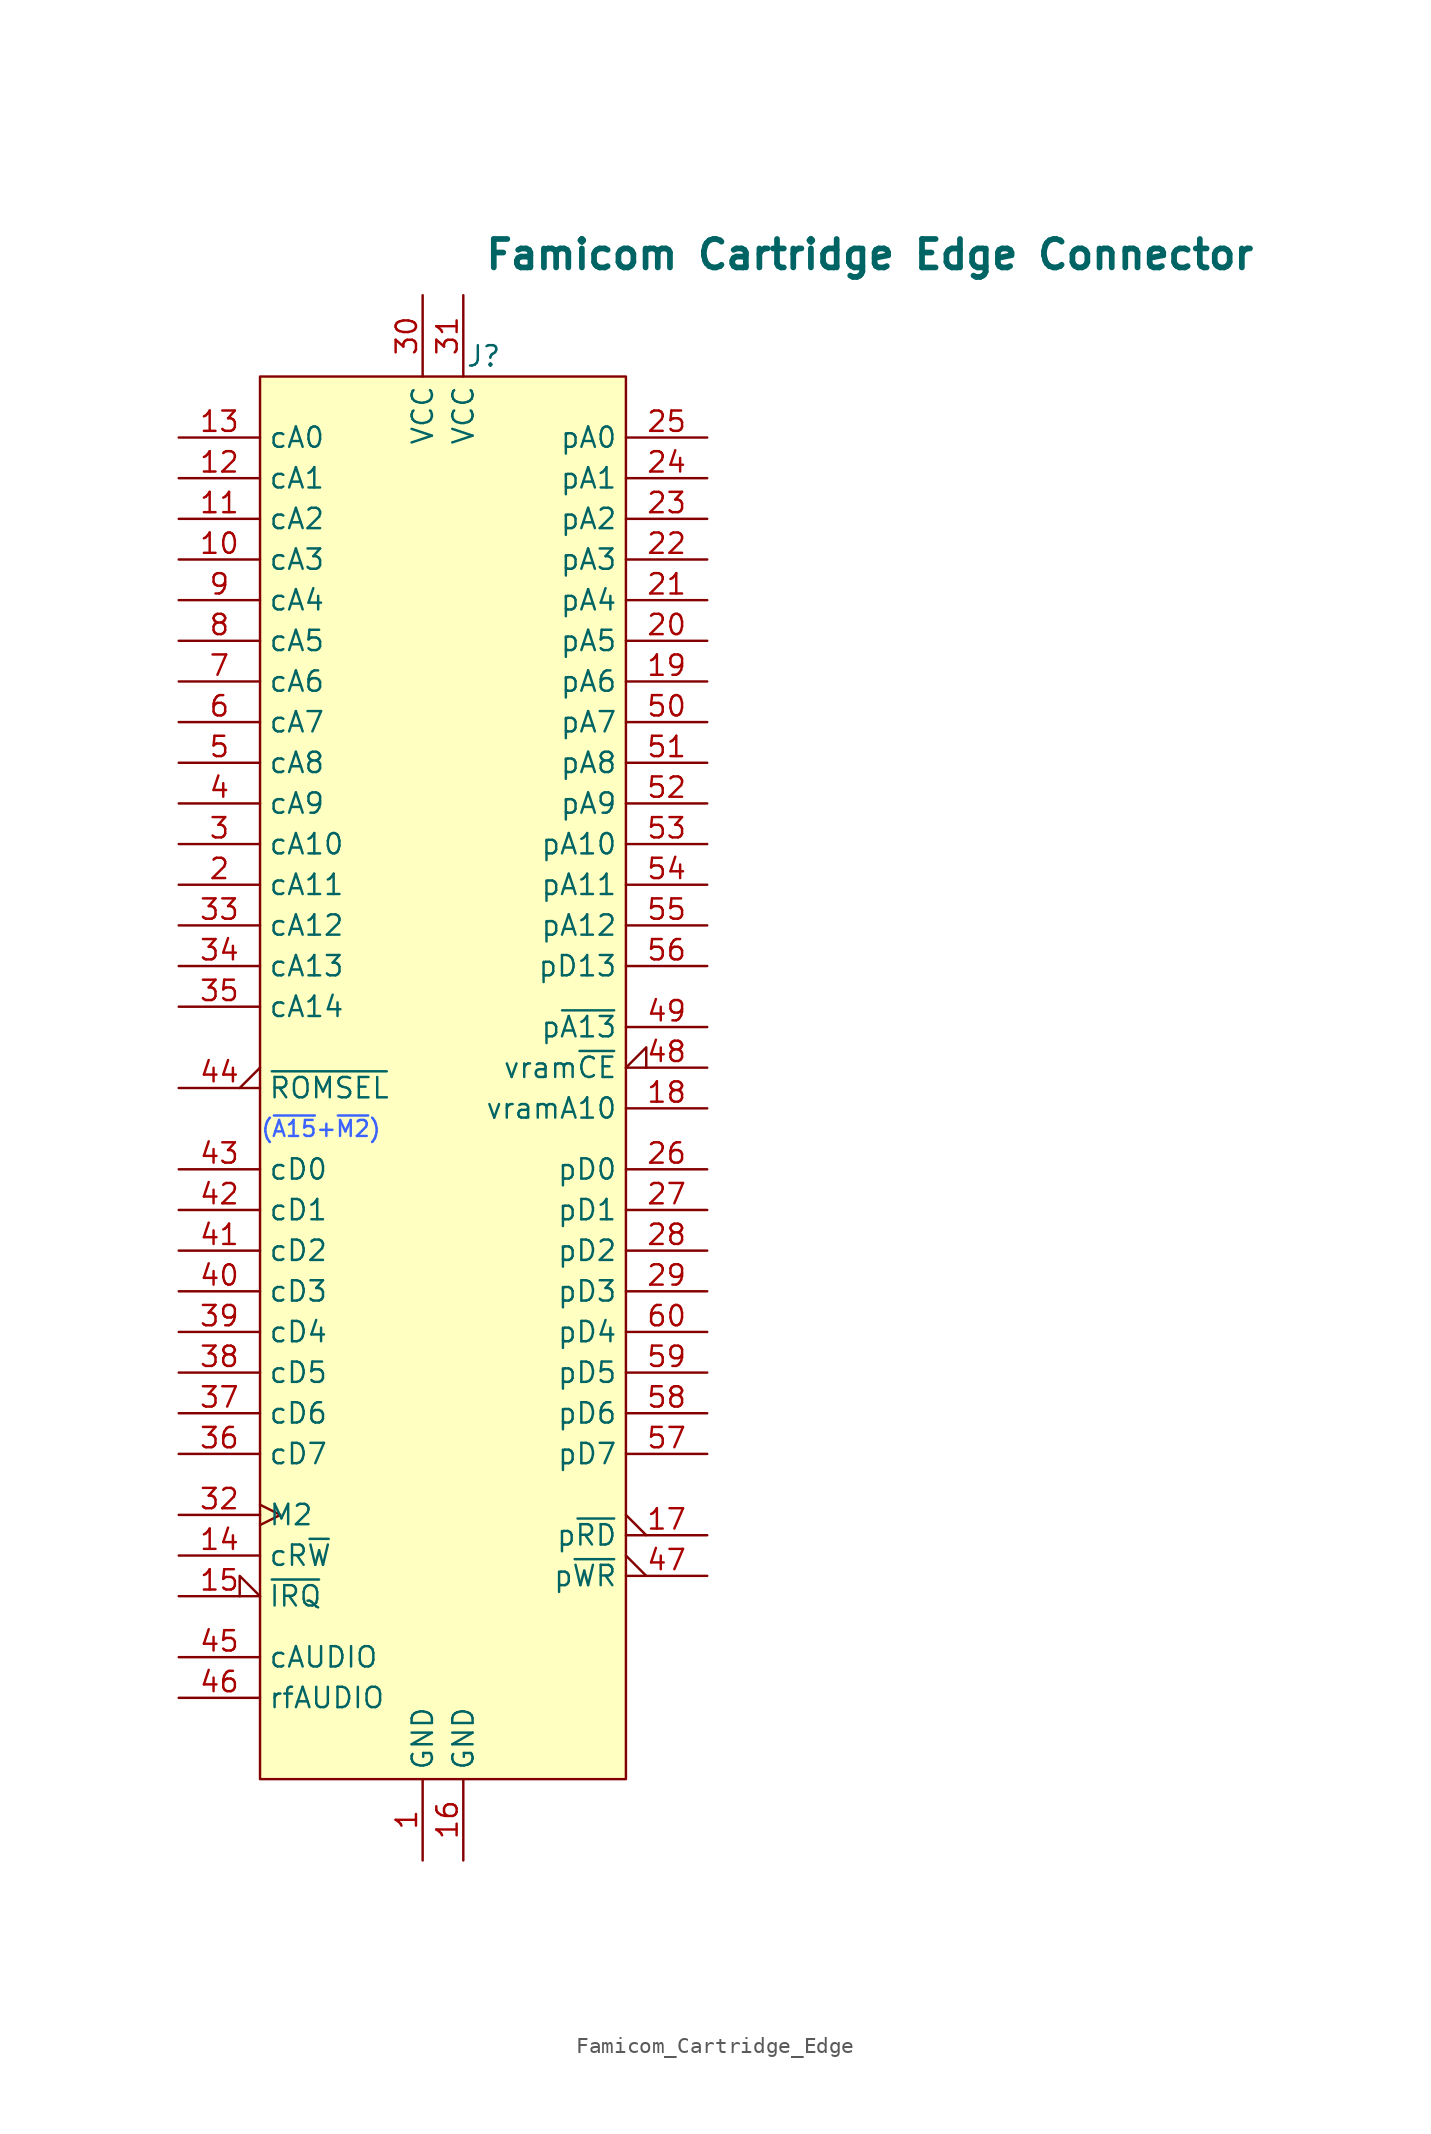
<source format=kicad_sym>
(kicad_symbol_lib
  (version 20220914)
  (generator kicad_symbol_editor)
  (symbol "Famicom_Cartridge_Edge"
    (property "Reference" "J"
      (at 19.05 92.71 0)
      (effects (font (size 1.27 1.27))))
    (property "Value" "Famicom Cartridge Edge Connector"
      (at 43.18 99.06 0)
      (effects (font (size 1.778 1.778) bold)))
    (symbol "Famicom_Cartridge_Edge_1_0"
      (pin output line (at 33.02 77.47 180) (length 5.08) (name "pA4" (effects (font (size 1.27 1.27)))) (number "21" (effects (font (size 1.27 1.27))))))
    (symbol "Famicom_Cartridge_Edge_1_1"
      (rectangle (start 5.08 91.44) (end 27.94 3.81) (stroke (width 0) (type default)) (fill (type background)))
      (text "(~{A15}+~{M2})" (at 8.89 44.45 0) (effects (font (size 1 1) (color 59 99 255 1))))
      (pin power_out line (at 15.24 -1.27 90) (length 5.08) (name "GND" (effects (font (size 1.27 1.27)))) (number "1" (effects (font (size 1.27 1.27)))))
      (pin output line (at 0 80.01 0) (length 5.08) (name "cA3" (effects (font (size 1.27 1.27)))) (number "10" (effects (font (size 1.27 1.27)))))
      (pin output line (at 0 82.55 0) (length 5.08) (name "cA2" (effects (font (size 1.27 1.27)))) (number "11" (effects (font (size 1.27 1.27)))))
      (pin output line (at 0 85.09 0) (length 5.08) (name "cA1" (effects (font (size 1.27 1.27)))) (number "12" (effects (font (size 1.27 1.27)))))
      (pin output line (at 0 87.63 0) (length 5.08) (name "cA0" (effects (font (size 1.27 1.27)))) (number "13" (effects (font (size 1.27 1.27)))))
      (pin output line (at 0 17.78 0) (length 5.08) (name "cR~{W}" (effects (font (size 1.27 1.27)))) (number "14" (effects (font (size 1.27 1.27)))))
      (pin input input_low (at 0 15.24 0) (length 5.08) (name "~{IRQ}" (effects (font (size 1.27 1.27)))) (number "15" (effects (font (size 1.27 1.27)))))
      (pin passive line (at 17.78 -1.27 90) (length 5.08) (name "GND" (effects (font (size 1.27 1.27)))) (number "16" (effects (font (size 1.27 1.27)))))
      (pin output output_low (at 33.02 19.05 180) (length 5.08) (name "p~{RD}" (effects (font (size 1.27 1.27)))) (number "17" (effects (font (size 1.27 1.27)))))
      (pin input line (at 33.02 45.72 180) (length 5.08) (name "vramA10" (effects (font (size 1.27 1.27)))) (number "18" (effects (font (size 1.27 1.27)))))
      (pin output line (at 33.02 72.39 180) (length 5.08) (name "pA6" (effects (font (size 1.27 1.27)))) (number "19" (effects (font (size 1.27 1.27)))))
      (pin output line (at 0 59.69 0) (length 5.08) (name "cA11" (effects (font (size 1.27 1.27)))) (number "2" (effects (font (size 1.27 1.27)))))
      (pin output line (at 33.02 74.93 180) (length 5.08) (name "pA5" (effects (font (size 1.27 1.27)))) (number "20" (effects (font (size 1.27 1.27)))))
      (pin output line (at 33.02 80.01 180) (length 5.08) (name "pA3" (effects (font (size 1.27 1.27)))) (number "22" (effects (font (size 1.27 1.27)))))
      (pin output line (at 33.02 82.55 180) (length 5.08) (name "pA2" (effects (font (size 1.27 1.27)))) (number "23" (effects (font (size 1.27 1.27)))))
      (pin output line (at 33.02 85.09 180) (length 5.08) (name "pA1" (effects (font (size 1.27 1.27)))) (number "24" (effects (font (size 1.27 1.27)))))
      (pin output line (at 33.02 87.63 180) (length 5.08) (name "pA0" (effects (font (size 1.27 1.27)))) (number "25" (effects (font (size 1.27 1.27)))))
      (pin bidirectional line (at 33.02 41.91 180) (length 5.08) (name "pD0" (effects (font (size 1.27 1.27)))) (number "26" (effects (font (size 1.27 1.27)))))
      (pin bidirectional line (at 33.02 39.37 180) (length 5.08) (name "pD1" (effects (font (size 1.27 1.27)))) (number "27" (effects (font (size 1.27 1.27)))))
      (pin bidirectional line (at 33.02 36.83 180) (length 5.08) (name "pD2" (effects (font (size 1.27 1.27)))) (number "28" (effects (font (size 1.27 1.27)))))
      (pin bidirectional line (at 33.02 34.29 180) (length 5.08) (name "pD3" (effects (font (size 1.27 1.27)))) (number "29" (effects (font (size 1.27 1.27)))))
      (pin output line (at 0 62.23 0) (length 5.08) (name "cA10" (effects (font (size 1.27 1.27)))) (number "3" (effects (font (size 1.27 1.27)))))
      (pin power_out line (at 15.24 96.52 270) (length 5.08) (name "VCC" (effects (font (size 1.27 1.27)))) (number "30" (effects (font (size 1.27 1.27)))))
      (pin passive line (at 17.78 96.52 270) (length 5.08) (name "VCC" (effects (font (size 1.27 1.27)))) (number "31" (effects (font (size 1.27 1.27)))))
      (pin output clock (at 0 20.32 0) (length 5.08) (name "M2" (effects (font (size 1.27 1.27)))) (number "32" (effects (font (size 1.27 1.27)))))
      (pin output line (at 0 57.15 0) (length 5.08) (name "cA12" (effects (font (size 1.27 1.27)))) (number "33" (effects (font (size 1.27 1.27)))))
      (pin output line (at 0 54.61 0) (length 5.08) (name "cA13" (effects (font (size 1.27 1.27)))) (number "34" (effects (font (size 1.27 1.27)))))
      (pin output line (at 0 52.07 0) (length 5.08) (name "cA14" (effects (font (size 1.27 1.27)))) (number "35" (effects (font (size 1.27 1.27)))))
      (pin bidirectional line (at 0 24.13 0) (length 5.08) (name "cD7" (effects (font (size 1.27 1.27)))) (number "36" (effects (font (size 1.27 1.27)))))
      (pin bidirectional line (at 0 26.67 0) (length 5.08) (name "cD6" (effects (font (size 1.27 1.27)))) (number "37" (effects (font (size 1.27 1.27)))))
      (pin bidirectional line (at 0 29.21 0) (length 5.08) (name "cD5" (effects (font (size 1.27 1.27)))) (number "38" (effects (font (size 1.27 1.27)))))
      (pin bidirectional line (at 0 31.75 0) (length 5.08) (name "cD4" (effects (font (size 1.27 1.27)))) (number "39" (effects (font (size 1.27 1.27)))))
      (pin output line (at 0 64.77 0) (length 5.08) (name "cA9" (effects (font (size 1.27 1.27)))) (number "4" (effects (font (size 1.27 1.27)))))
      (pin bidirectional line (at 0 34.29 0) (length 5.08) (name "cD3" (effects (font (size 1.27 1.27)))) (number "40" (effects (font (size 1.27 1.27)))))
      (pin bidirectional line (at 0 36.83 0) (length 5.08) (name "cD2" (effects (font (size 1.27 1.27)))) (number "41" (effects (font (size 1.27 1.27)))))
      (pin bidirectional line (at 0 39.37 0) (length 5.08) (name "cD1" (effects (font (size 1.27 1.27)))) (number "42" (effects (font (size 1.27 1.27)))))
      (pin bidirectional line (at 0 41.91 0) (length 5.08) (name "cD0" (effects (font (size 1.27 1.27)))) (number "43" (effects (font (size 1.27 1.27)))))
      (pin output output_low (at 0 46.99 0) (length 5.08) (name "~{ROMSEL}" (effects (font (size 1.27 1.27)))) (number "44" (effects (font (size 1.27 1.27)))))
      (pin output line (at 0 11.43 0) (length 5.08) (name "cAUDIO" (effects (font (size 1.27 1.27)))) (number "45" (effects (font (size 1.27 1.27)))))
      (pin input line (at 0 8.89 0) (length 5.08) (name "rfAUDIO" (effects (font (size 1.27 1.27)))) (number "46" (effects (font (size 1.27 1.27)))))
      (pin output output_low (at 33.02 16.51 180) (length 5.08) (name "p~{WR}" (effects (font (size 1.27 1.27)))) (number "47" (effects (font (size 1.27 1.27)))))
      (pin input input_low (at 33.02 48.26 180) (length 5.08) (name "vram~{CE}" (effects (font (size 1.27 1.27)))) (number "48" (effects (font (size 1.27 1.27)))))
      (pin output line (at 33.02 50.8 180) (length 5.08) (name "p~{A13}" (effects (font (size 1.27 1.27)))) (number "49" (effects (font (size 1.27 1.27)))))
      (pin output line (at 0 67.31 0) (length 5.08) (name "cA8" (effects (font (size 1.27 1.27)))) (number "5" (effects (font (size 1.27 1.27)))))
      (pin output line (at 33.02 69.85 180) (length 5.08) (name "pA7" (effects (font (size 1.27 1.27)))) (number "50" (effects (font (size 1.27 1.27)))))
      (pin output line (at 33.02 67.31 180) (length 5.08) (name "pA8" (effects (font (size 1.27 1.27)))) (number "51" (effects (font (size 1.27 1.27)))))
      (pin output line (at 33.02 64.77 180) (length 5.08) (name "pA9" (effects (font (size 1.27 1.27)))) (number "52" (effects (font (size 1.27 1.27)))))
      (pin output line (at 33.02 62.23 180) (length 5.08) (name "pA10" (effects (font (size 1.27 1.27)))) (number "53" (effects (font (size 1.27 1.27)))))
      (pin output line (at 33.02 59.69 180) (length 5.08) (name "pA11" (effects (font (size 1.27 1.27)))) (number "54" (effects (font (size 1.27 1.27)))))
      (pin output line (at 33.02 57.15 180) (length 5.08) (name "pA12" (effects (font (size 1.27 1.27)))) (number "55" (effects (font (size 1.27 1.27)))))
      (pin output line (at 33.02 54.61 180) (length 5.08) (name "pD13" (effects (font (size 1.27 1.27)))) (number "56" (effects (font (size 1.27 1.27)))))
      (pin bidirectional line (at 33.02 24.13 180) (length 5.08) (name "pD7" (effects (font (size 1.27 1.27)))) (number "57" (effects (font (size 1.27 1.27)))))
      (pin bidirectional line (at 33.02 26.67 180) (length 5.08) (name "pD6" (effects (font (size 1.27 1.27)))) (number "58" (effects (font (size 1.27 1.27)))))
      (pin bidirectional line (at 33.02 29.21 180) (length 5.08) (name "pD5" (effects (font (size 1.27 1.27)))) (number "59" (effects (font (size 1.27 1.27)))))
      (pin output line (at 0 69.85 0) (length 5.08) (name "cA7" (effects (font (size 1.27 1.27)))) (number "6" (effects (font (size 1.27 1.27)))))
      (pin bidirectional line (at 33.02 31.75 180) (length 5.08) (name "pD4" (effects (font (size 1.27 1.27)))) (number "60" (effects (font (size 1.27 1.27)))))
      (pin output line (at 0 72.39 0) (length 5.08) (name "cA6" (effects (font (size 1.27 1.27)))) (number "7" (effects (font (size 1.27 1.27)))))
      (pin output line (at 0 74.93 0) (length 5.08) (name "cA5" (effects (font (size 1.27 1.27)))) (number "8" (effects (font (size 1.27 1.27)))))
      (pin output line (at 0 77.47 0) (length 5.08) (name "cA4" (effects (font (size 1.27 1.27)))) (number "9" (effects (font (size 1.27 1.27))))))))
</source>
